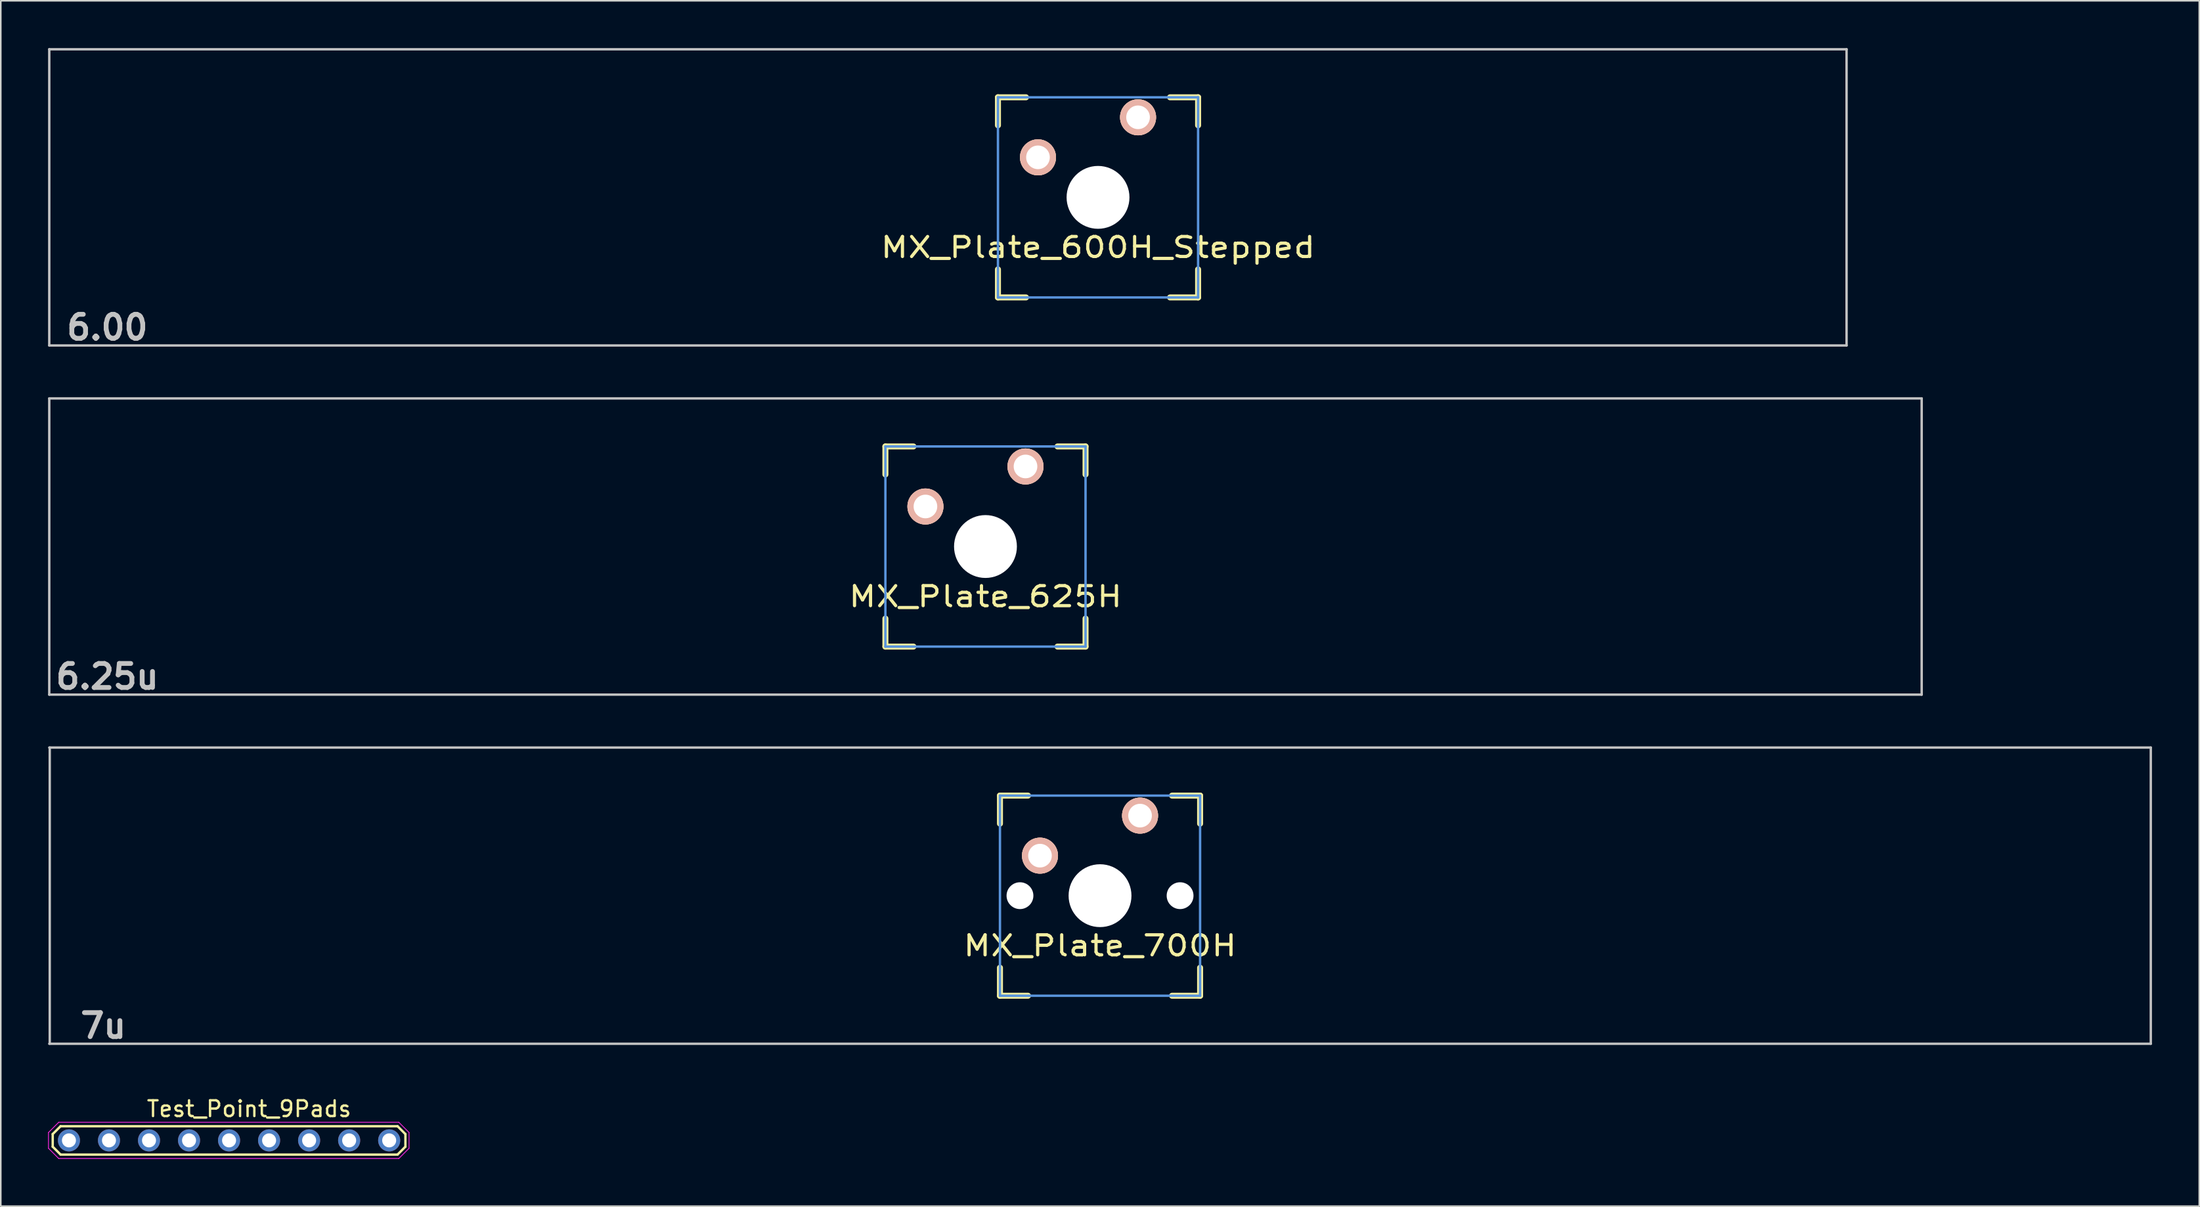
<source format=kicad_pcb>
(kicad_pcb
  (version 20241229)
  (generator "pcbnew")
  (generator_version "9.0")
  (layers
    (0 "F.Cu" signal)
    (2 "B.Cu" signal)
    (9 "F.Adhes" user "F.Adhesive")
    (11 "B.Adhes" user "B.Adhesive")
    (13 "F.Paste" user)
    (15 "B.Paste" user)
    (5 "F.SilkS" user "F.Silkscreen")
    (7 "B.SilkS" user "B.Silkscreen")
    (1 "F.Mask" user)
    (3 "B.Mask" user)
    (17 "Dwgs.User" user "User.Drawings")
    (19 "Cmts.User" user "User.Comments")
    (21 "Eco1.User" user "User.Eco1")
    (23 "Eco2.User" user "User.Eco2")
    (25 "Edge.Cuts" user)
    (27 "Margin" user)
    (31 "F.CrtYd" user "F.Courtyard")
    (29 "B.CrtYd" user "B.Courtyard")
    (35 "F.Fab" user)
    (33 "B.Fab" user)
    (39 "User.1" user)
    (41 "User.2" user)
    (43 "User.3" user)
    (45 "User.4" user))
  (footprint "Test_Point_9Pads"
    (layer "F.Cu")
    (at 11.485 69.315)
    (property "Reference" "Test_Point_9Pads" (at 1.27 -2 0) (layer "F.SilkS") (effects (font (size 1 1) (thickness 0.15))))
    (attr exclude_from_pos_files exclude_from_bom)
    (fp_line (start -11.19 -0.4) (end -10.69 -0.9) (stroke (width 0.15) (type solid)) (layer "F.SilkS"))
    (fp_line (start -11.19 0.4) (end -11.19 -0.4) (stroke (width 0.15) (type solid)) (layer "F.SilkS"))
    (fp_line (start -10.69 -0.9) (end 10.69 -0.9) (stroke (width 0.15) (type solid)) (layer "F.SilkS"))
    (fp_line (start -10.69 0.9) (end -11.19 0.4) (stroke (width 0.15) (type solid)) (layer "F.SilkS"))
    (fp_line (start -10.69 0.9) (end 10.69 0.9) (stroke (width 0.15) (type solid)) (layer "F.SilkS"))
    (fp_line (start 10.69 -0.9) (end 11.19 -0.4) (stroke (width 0.15) (type solid)) (layer "F.SilkS"))
    (fp_line (start 11.19 -0.4) (end 11.19 0.4) (stroke (width 0.15) (type solid)) (layer "F.SilkS"))
    (fp_line (start 11.19 0.4) (end 10.69 0.9) (stroke (width 0.15) (type solid)) (layer "F.SilkS"))
    (fp_line (start -11.46 -0.5) (end -11.46 0.5) (stroke (width 0.05) (type solid)) (layer "F.CrtYd"))
    (fp_line (start -11.46 0.5) (end -10.81 1.15) (stroke (width 0.05) (type solid)) (layer "F.CrtYd"))
    (fp_line (start -10.81 -1.15) (end -11.46 -0.5) (stroke (width 0.05) (type solid)) (layer "F.CrtYd"))
    (fp_line (start -10.81 -1.15) (end 10.77 -1.15) (stroke (width 0.05) (type solid)) (layer "F.CrtYd"))
    (fp_line (start -10.81 1.15) (end 10.77 1.15) (stroke (width 0.05) (type solid)) (layer "F.CrtYd"))
    (fp_line (start 10.77 1.15) (end 11.42 0.5) (stroke (width 0.05) (type solid)) (layer "F.CrtYd"))
    (fp_line (start 11.42 -0.5) (end 10.77 -1.15) (stroke (width 0.05) (type solid)) (layer "F.CrtYd"))
    (fp_line (start 11.42 0.5) (end 11.42 -0.5) (stroke (width 0.05) (type solid)) (layer "F.CrtYd"))
    (pad "1" thru_hole circle (at -10.16 0) (size 1.4 1.4) (drill 0.889) (layers "*.Cu" "*.Mask"))
    (pad "2" thru_hole circle (at -7.62 0) (size 1.4 1.4) (drill 0.889) (layers "*.Cu" "*.Mask"))
    (pad "3" thru_hole circle (at -5.08 0) (size 1.4 1.4) (drill 0.889) (layers "*.Cu" "*.Mask"))
    (pad "4" thru_hole circle (at -2.54 0) (size 1.4 1.4) (drill 0.889) (layers "*.Cu" "*.Mask"))
    (pad "5" thru_hole circle (at 0 0) (size 1.4 1.4) (drill 0.889) (layers "*.Cu" "*.Mask"))
    (pad "6" thru_hole circle (at 2.54 0) (size 1.4 1.4) (drill 0.889) (layers "*.Cu" "*.Mask"))
    (pad "7" thru_hole circle (at 5.08 0) (size 1.4 1.4) (drill 0.889) (layers "*.Cu" "*.Mask"))
    (pad "8" thru_hole circle (at 7.62 0) (size 1.4 1.4) (drill 0.889) (layers "*.Cu" "*.Mask"))
    (pad "9" thru_hole circle (at 10.16 0) (size 1.4 1.4) (drill 0.889) (layers "*.Cu" "*.Mask")))
  (footprint "MX_Plate_700H"
    (layer "F.Cu")
    (at 66.751 53.786)
    (property "Reference" "MX_Plate_700H" (at 0 3.175 0) (layer "F.SilkS") (effects (font (size 1.27 1.524) (thickness 0.203))))
    (attr through_hole)
    (fp_line (start -6.35 -6.35) (end -4.572 -6.35) (stroke (width 0.381) (type solid)) (layer "F.SilkS"))
    (fp_line (start -6.35 -4.572) (end -6.35 -6.35) (stroke (width 0.381) (type solid)) (layer "F.SilkS"))
    (fp_line (start -6.35 6.35) (end -6.35 4.572) (stroke (width 0.381) (type solid)) (layer "F.SilkS"))
    (fp_line (start -4.572 6.35) (end -6.35 6.35) (stroke (width 0.381) (type solid)) (layer "F.SilkS"))
    (fp_line (start 4.572 -6.35) (end 6.35 -6.35) (stroke (width 0.381) (type solid)) (layer "F.SilkS"))
    (fp_line (start 6.35 -6.35) (end 6.35 -4.572) (stroke (width 0.381) (type solid)) (layer "F.SilkS"))
    (fp_line (start 6.35 4.572) (end 6.35 6.35) (stroke (width 0.381) (type solid)) (layer "F.SilkS"))
    (fp_line (start 6.35 6.35) (end 4.572 6.35) (stroke (width 0.381) (type solid)) (layer "F.SilkS"))
    (fp_line (start -66.675 -9.398) (end 66.675 -9.398) (stroke (width 0.152) (type solid)) (layer "Dwgs.User"))
    (fp_line (start -66.645 9.398) (end -66.645 -9.398) (stroke (width 0.152) (type solid)) (layer "Dwgs.User"))
    (fp_line (start 66.675 -9.398) (end 66.675 9.398) (stroke (width 0.152) (type solid)) (layer "Dwgs.User"))
    (fp_line (start 66.675 9.398) (end -66.675 9.398) (stroke (width 0.152) (type solid)) (layer "Dwgs.User"))
    (fp_line (start -6.35 -6.35) (end 6.35 -6.35) (stroke (width 0.152) (type solid)) (layer "Cmts.User"))
    (fp_line (start -6.35 6.35) (end -6.35 -6.35) (stroke (width 0.152) (type solid)) (layer "Cmts.User"))
    (fp_line (start 6.35 -6.35) (end 6.35 6.35) (stroke (width 0.152) (type solid)) (layer "Cmts.User"))
    (fp_line (start 6.35 6.35) (end -6.35 6.35) (stroke (width 0.152) (type solid)) (layer "Cmts.User"))
    (fp_text user "7u" (at -63.246 8.255 0) (layer "Dwgs.User") (effects (font (size 1.524 1.524) (thickness 0.305))))
    (pad "" np_thru_hole circle (at -5.08 0) (size 1.702 1.702) (drill 1.702) (layers "*.Cu"))
    (pad "" np_thru_hole circle (at 0 0) (size 3.988 3.988) (drill 3.988) (layers "*.Cu"))
    (pad "" np_thru_hole circle (at 5.08 0) (size 1.702 1.702) (drill 1.702) (layers "*.Cu"))
    (pad "1" thru_hole circle (at 2.54 -5.08) (size 2.286 2.286) (drill 1.499) (layers "*.Cu" "*.SilkS" "*.Mask"))
    (pad "2" thru_hole circle (at -3.81 -2.54) (size 2.286 2.286) (drill 1.499) (layers "*.Cu" "*.SilkS" "*.Mask")))
  (footprint "MX_Plate_625H"
    (layer "F.Cu")
    (at 59.482 31.63)
    (property "Reference" "MX_Plate_625H" (at 0 3.175 0) (layer "F.SilkS") (effects (font (size 1.27 1.524) (thickness 0.203))))
    (attr through_hole)
    (fp_line (start -6.35 -6.35) (end -4.572 -6.35) (stroke (width 0.381) (type solid)) (layer "F.SilkS"))
    (fp_line (start -6.35 -4.572) (end -6.35 -6.35) (stroke (width 0.381) (type solid)) (layer "F.SilkS"))
    (fp_line (start -6.35 6.35) (end -6.35 4.572) (stroke (width 0.381) (type solid)) (layer "F.SilkS"))
    (fp_line (start -4.572 6.35) (end -6.35 6.35) (stroke (width 0.381) (type solid)) (layer "F.SilkS"))
    (fp_line (start 4.572 -6.35) (end 6.35 -6.35) (stroke (width 0.381) (type solid)) (layer "F.SilkS"))
    (fp_line (start 6.35 -6.35) (end 6.35 -4.572) (stroke (width 0.381) (type solid)) (layer "F.SilkS"))
    (fp_line (start 6.35 4.572) (end 6.35 6.35) (stroke (width 0.381) (type solid)) (layer "F.SilkS"))
    (fp_line (start 6.35 6.35) (end 4.572 6.35) (stroke (width 0.381) (type solid)) (layer "F.SilkS"))
    (fp_line (start -59.406 -9.398) (end 59.406 -9.398) (stroke (width 0.152) (type solid)) (layer "Dwgs.User"))
    (fp_line (start -59.406 9.398) (end -59.406 -9.398) (stroke (width 0.152) (type solid)) (layer "Dwgs.User"))
    (fp_line (start 59.406 -9.398) (end 59.406 9.398) (stroke (width 0.152) (type solid)) (layer "Dwgs.User"))
    (fp_line (start 59.406 9.398) (end -59.406 9.398) (stroke (width 0.152) (type solid)) (layer "Dwgs.User"))
    (fp_line (start -6.35 -6.35) (end 6.35 -6.35) (stroke (width 0.152) (type solid)) (layer "Cmts.User"))
    (fp_line (start -6.35 6.35) (end -6.35 -6.35) (stroke (width 0.152) (type solid)) (layer "Cmts.User"))
    (fp_line (start 6.35 -6.35) (end 6.35 6.35) (stroke (width 0.152) (type solid)) (layer "Cmts.User"))
    (fp_line (start 6.35 6.35) (end -6.35 6.35) (stroke (width 0.152) (type solid)) (layer "Cmts.User"))
    (fp_text user "6.25u" (at -55.723 8.255 0) (layer "Dwgs.User") (effects (font (size 1.524 1.524) (thickness 0.305))))
    (pad "" np_thru_hole circle (at 0 0) (size 3.988 3.988) (drill 3.988) (layers "*.Cu"))
    (pad "1" thru_hole circle (at 2.54 -5.08) (size 2.286 2.286) (drill 1.499) (layers "*.Cu" "*.SilkS" "*.Mask"))
    (pad "2" thru_hole circle (at -3.81 -2.54) (size 2.286 2.286) (drill 1.499) (layers "*.Cu" "*.SilkS" "*.Mask")))
  (footprint "MX_Plate_600H_Stepped"
    (layer "F.Cu")
    (at 66.624 9.474)
    (property "Reference" "MX_Plate_600H_Stepped" (at 0 3.175 0) (layer "F.SilkS") (effects (font (size 1.27 1.524) (thickness 0.203))))
    (attr through_hole)
    (fp_line (start -6.35 -6.35) (end -4.572 -6.35) (stroke (width 0.381) (type solid)) (layer "F.SilkS"))
    (fp_line (start -6.35 -4.572) (end -6.35 -6.35) (stroke (width 0.381) (type solid)) (layer "F.SilkS"))
    (fp_line (start -6.35 6.35) (end -6.35 4.572) (stroke (width 0.381) (type solid)) (layer "F.SilkS"))
    (fp_line (start -4.572 6.35) (end -6.35 6.35) (stroke (width 0.381) (type solid)) (layer "F.SilkS"))
    (fp_line (start 4.572 -6.35) (end 6.35 -6.35) (stroke (width 0.381) (type solid)) (layer "F.SilkS"))
    (fp_line (start 6.35 -6.35) (end 6.35 -4.572) (stroke (width 0.381) (type solid)) (layer "F.SilkS"))
    (fp_line (start 6.35 4.572) (end 6.35 6.35) (stroke (width 0.381) (type solid)) (layer "F.SilkS"))
    (fp_line (start 6.35 6.35) (end 4.572 6.35) (stroke (width 0.381) (type solid)) (layer "F.SilkS"))
    (fp_line (start -66.548 -9.398) (end 47.498 -9.398) (stroke (width 0.152) (type solid)) (layer "Dwgs.User"))
    (fp_line (start -66.548 9.398) (end -66.548 -9.398) (stroke (width 0.152) (type solid)) (layer "Dwgs.User"))
    (fp_line (start 47.498 -9.398) (end 47.498 9.398) (stroke (width 0.152) (type solid)) (layer "Dwgs.User"))
    (fp_line (start 47.498 9.398) (end -66.548 9.398) (stroke (width 0.152) (type solid)) (layer "Dwgs.User"))
    (fp_line (start -6.35 -6.35) (end 6.35 -6.35) (stroke (width 0.152) (type solid)) (layer "Cmts.User"))
    (fp_line (start -6.35 6.35) (end -6.35 -6.35) (stroke (width 0.152) (type solid)) (layer "Cmts.User"))
    (fp_line (start 6.35 -6.35) (end 6.35 6.35) (stroke (width 0.152) (type solid)) (layer "Cmts.User"))
    (fp_line (start 6.35 6.35) (end -6.35 6.35) (stroke (width 0.152) (type solid)) (layer "Cmts.User"))
    (fp_text user "6.00" (at -62.866 8.255 0) (layer "Dwgs.User") (effects (font (size 1.524 1.524) (thickness 0.305))))
    (pad "" np_thru_hole circle (at 0 0) (size 3.988 3.988) (drill 3.988) (layers "*.Cu"))
    (pad "1" thru_hole circle (at 2.54 -5.08) (size 2.286 2.286) (drill 1.499) (layers "*.Cu" "*.SilkS" "*.Mask"))
    (pad "2" thru_hole circle (at -3.81 -2.54) (size 2.286 2.286) (drill 1.499) (layers "*.Cu" "*.SilkS" "*.Mask")))
  (gr_rect
    (start -3 -3)
    (end 136.502 73.49)
    (stroke (width 0.1) (type default))
    (fill no)
    (layer "Edge.Cuts")))
</source>
